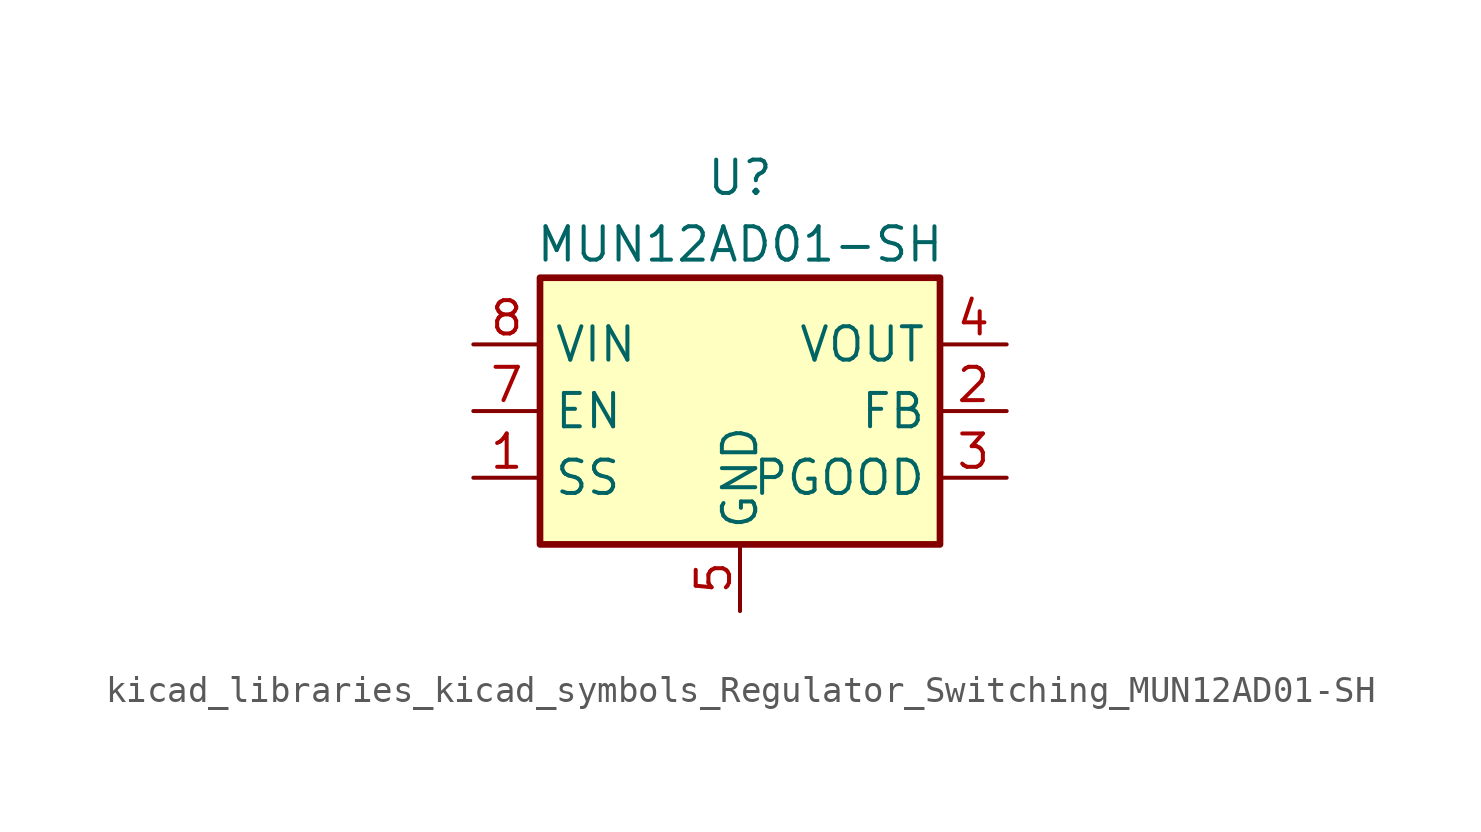
<source format=kicad_sym>
(kicad_symbol_lib
  (version 20220914)
  (generator kicad_symbol_editor)
  (symbol "kicad_libraries_kicad_symbols_Regulator_Switching_MUN12AD01-SH"
    (property "Reference" "U"
      (at 0 8.89 0)
      (effects (font (size 1.27 1.27))))
    (property "Value" "MUN12AD01-SH"
      (at 0 6.35 0)
      (effects (font (size 1.27 1.27))))
    (symbol "kicad_libraries_kicad_symbols_Regulator_Switching_MUN12AD01-SH_0_1"
      (rectangle (start -7.62 5.08) (end 7.62 -5.08) (stroke (width 0.254) (type default)) (fill (type background))))
    (symbol "kicad_libraries_kicad_symbols_Regulator_Switching_MUN12AD01-SH_1_1"
      (pin input line (at -10.16 -2.54 0) (length 2.54) (name "SS" (effects (font (size 1.27 1.27)))) (number "1" (effects (font (size 1.27 1.27)))))
      (pin input line (at 10.16 0 180) (length 2.54) (name "FB" (effects (font (size 1.27 1.27)))) (number "2" (effects (font (size 1.27 1.27)))))
      (pin open_collector line (at 10.16 -2.54 180) (length 2.54) (name "PGOOD" (effects (font (size 1.27 1.27)))) (number "3" (effects (font (size 1.27 1.27)))))
      (pin power_out line (at 10.16 2.54 180) (length 2.54) (name "VOUT" (effects (font (size 1.27 1.27)))) (number "4" (effects (font (size 1.27 1.27)))))
      (pin power_in line (at 0 -7.62 90) (length 2.54) (name "GND" (effects (font (size 1.27 1.27)))) (number "5" (effects (font (size 1.27 1.27)))))
      (pin no_connect line (at -2.54 -5.08 90) (length 2.54) hide (name "NC" (effects (font (size 1.27 1.27)))) (number "6" (effects (font (size 1.27 1.27)))))
      (pin input line (at -10.16 0 0) (length 2.54) (name "EN" (effects (font (size 1.27 1.27)))) (number "7" (effects (font (size 1.27 1.27)))))
      (pin power_in line (at -10.16 2.54 0) (length 2.54) (name "VIN" (effects (font (size 1.27 1.27)))) (number "8" (effects (font (size 1.27 1.27)))))
      (pin passive line (at 0 -7.62 90) (length 2.54) hide (name "GND" (effects (font (size 1.27 1.27)))) (number "9" (effects (font (size 1.27 1.27))))))))
</source>
